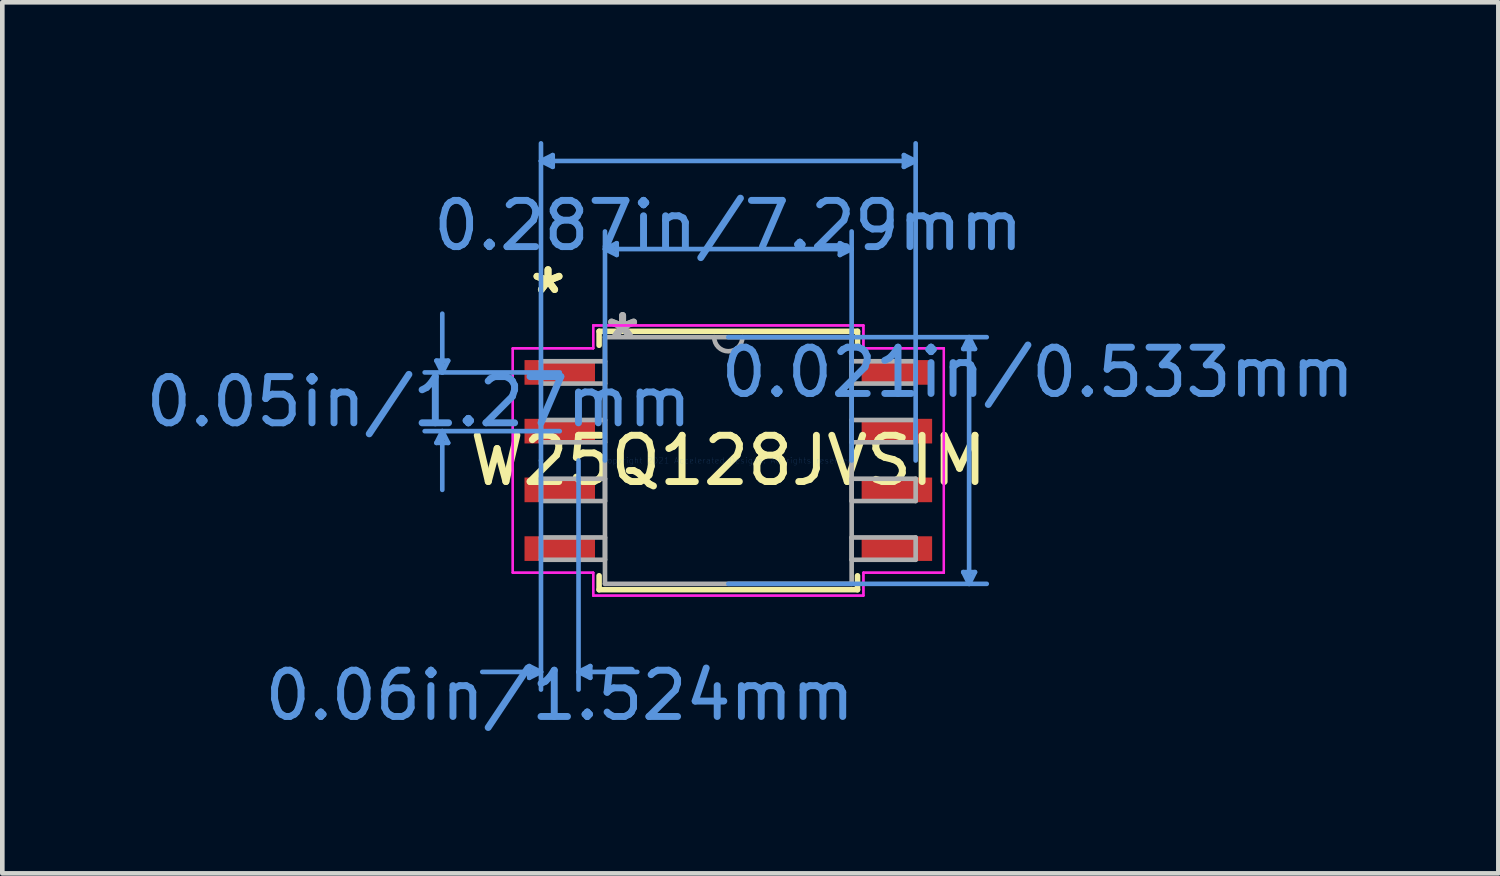
<source format=kicad_pcb>
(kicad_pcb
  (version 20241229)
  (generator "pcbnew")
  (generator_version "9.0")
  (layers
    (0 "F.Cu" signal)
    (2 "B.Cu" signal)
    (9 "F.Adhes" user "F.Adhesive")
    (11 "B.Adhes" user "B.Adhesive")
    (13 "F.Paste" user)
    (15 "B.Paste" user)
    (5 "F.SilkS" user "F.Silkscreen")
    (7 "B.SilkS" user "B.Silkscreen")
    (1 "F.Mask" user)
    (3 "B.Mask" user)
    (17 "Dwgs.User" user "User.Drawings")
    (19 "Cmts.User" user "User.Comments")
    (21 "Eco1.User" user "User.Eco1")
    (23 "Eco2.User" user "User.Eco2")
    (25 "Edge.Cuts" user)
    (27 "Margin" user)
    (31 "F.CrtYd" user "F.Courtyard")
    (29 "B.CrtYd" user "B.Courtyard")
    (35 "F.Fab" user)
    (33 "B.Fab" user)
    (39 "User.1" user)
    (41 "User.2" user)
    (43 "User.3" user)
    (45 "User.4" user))
  (footprint "W25Q128JVSIM"
    (layer "F.Cu")
    (at 12.699 6.908)
    (property "Reference" "W25Q128JVSIM" (at 0 0 0) (layer "F.SilkS") (effects (font (size 1 1) (thickness 0.15))))
    (attr through_hole)
    (fp_line (start -2.794 -2.794) (end -2.794 -2.492) (stroke (width 0.12) (type solid)) (layer "F.SilkS"))
    (fp_line (start -2.794 2.492) (end -2.794 2.794) (stroke (width 0.12) (type solid)) (layer "F.SilkS"))
    (fp_line (start -2.794 2.794) (end 2.794 2.794) (stroke (width 0.12) (type solid)) (layer "F.SilkS"))
    (fp_line (start 2.794 -2.794) (end -2.794 -2.794) (stroke (width 0.12) (type solid)) (layer "F.SilkS"))
    (fp_line (start 2.794 -2.492) (end 2.794 -2.794) (stroke (width 0.12) (type solid)) (layer "F.SilkS"))
    (fp_line (start 2.794 2.794) (end 2.794 2.492) (stroke (width 0.12) (type solid)) (layer "F.SilkS"))
    (fp_line (start -6.312 -2.159) (end -6.058 -2.159) (stroke (width 0.1) (type solid)) (layer "Cmts.User"))
    (fp_line (start -6.312 -0.381) (end -6.058 -0.381) (stroke (width 0.1) (type solid)) (layer "Cmts.User"))
    (fp_line (start -6.185 -1.905) (end -6.312 -2.159) (stroke (width 0.1) (type solid)) (layer "Cmts.User"))
    (fp_line (start -6.185 -1.905) (end -6.185 -3.175) (stroke (width 0.1) (type solid)) (layer "Cmts.User"))
    (fp_line (start -6.185 -1.905) (end -6.058 -2.159) (stroke (width 0.1) (type solid)) (layer "Cmts.User"))
    (fp_line (start -6.185 -0.635) (end -6.312 -0.381) (stroke (width 0.1) (type solid)) (layer "Cmts.User"))
    (fp_line (start -6.185 -0.635) (end -6.185 0.635) (stroke (width 0.1) (type solid)) (layer "Cmts.User"))
    (fp_line (start -6.185 -0.635) (end -6.058 -0.381) (stroke (width 0.1) (type solid)) (layer "Cmts.User"))
    (fp_line (start -4.305 4.445) (end -4.305 4.699) (stroke (width 0.1) (type solid)) (layer "Cmts.User"))
    (fp_line (start -4.051 -6.477) (end -3.797 -6.604) (stroke (width 0.1) (type solid)) (layer "Cmts.User"))
    (fp_line (start -4.051 -6.477) (end -3.797 -6.35) (stroke (width 0.1) (type solid)) (layer "Cmts.User"))
    (fp_line (start -4.051 -6.477) (end 4.051 -6.477) (stroke (width 0.1) (type solid)) (layer "Cmts.User"))
    (fp_line (start -4.051 0) (end -4.051 -6.858) (stroke (width 0.1) (type solid)) (layer "Cmts.User"))
    (fp_line (start -4.051 0) (end -4.051 4.953) (stroke (width 0.1) (type solid)) (layer "Cmts.User"))
    (fp_line (start -4.051 4.572) (end -5.321 4.572) (stroke (width 0.1) (type solid)) (layer "Cmts.User"))
    (fp_line (start -4.051 4.572) (end -4.305 4.445) (stroke (width 0.1) (type solid)) (layer "Cmts.User"))
    (fp_line (start -4.051 4.572) (end -4.305 4.699) (stroke (width 0.1) (type solid)) (layer "Cmts.User"))
    (fp_line (start -3.797 -6.604) (end -3.797 -6.35) (stroke (width 0.1) (type solid)) (layer "Cmts.User"))
    (fp_line (start -3.645 -1.905) (end -6.566 -1.905) (stroke (width 0.1) (type solid)) (layer "Cmts.User"))
    (fp_line (start -3.645 -0.635) (end -6.566 -0.635) (stroke (width 0.1) (type solid)) (layer "Cmts.User"))
    (fp_line (start -3.239 0) (end -3.239 4.953) (stroke (width 0.1) (type solid)) (layer "Cmts.User"))
    (fp_line (start -3.239 4.572) (end -2.985 4.445) (stroke (width 0.1) (type solid)) (layer "Cmts.User"))
    (fp_line (start -3.239 4.572) (end -2.985 4.699) (stroke (width 0.1) (type solid)) (layer "Cmts.User"))
    (fp_line (start -3.239 4.572) (end -1.968 4.572) (stroke (width 0.1) (type solid)) (layer "Cmts.User"))
    (fp_line (start -2.985 4.445) (end -2.985 4.699) (stroke (width 0.1) (type solid)) (layer "Cmts.User"))
    (fp_line (start -2.667 -4.572) (end -2.413 -4.699) (stroke (width 0.1) (type solid)) (layer "Cmts.User"))
    (fp_line (start -2.667 -4.572) (end -2.413 -4.445) (stroke (width 0.1) (type solid)) (layer "Cmts.User"))
    (fp_line (start -2.667 -4.572) (end 2.667 -4.572) (stroke (width 0.1) (type solid)) (layer "Cmts.User"))
    (fp_line (start -2.667 0) (end -2.667 -4.953) (stroke (width 0.1) (type solid)) (layer "Cmts.User"))
    (fp_line (start -2.413 -4.699) (end -2.413 -4.445) (stroke (width 0.1) (type solid)) (layer "Cmts.User"))
    (fp_line (start 0 -2.667) (end 5.588 -2.667) (stroke (width 0.1) (type solid)) (layer "Cmts.User"))
    (fp_line (start 0 2.667) (end 5.588 2.667) (stroke (width 0.1) (type solid)) (layer "Cmts.User"))
    (fp_line (start 2.413 -4.699) (end 2.413 -4.445) (stroke (width 0.1) (type solid)) (layer "Cmts.User"))
    (fp_line (start 2.667 -4.572) (end 2.413 -4.699) (stroke (width 0.1) (type solid)) (layer "Cmts.User"))
    (fp_line (start 2.667 -4.572) (end 2.413 -4.445) (stroke (width 0.1) (type solid)) (layer "Cmts.User"))
    (fp_line (start 2.667 0) (end 2.667 -4.953) (stroke (width 0.1) (type solid)) (layer "Cmts.User"))
    (fp_line (start 3.797 -6.604) (end 3.797 -6.35) (stroke (width 0.1) (type solid)) (layer "Cmts.User"))
    (fp_line (start 4.051 -6.477) (end 3.797 -6.604) (stroke (width 0.1) (type solid)) (layer "Cmts.User"))
    (fp_line (start 4.051 -6.477) (end 3.797 -6.35) (stroke (width 0.1) (type solid)) (layer "Cmts.User"))
    (fp_line (start 4.051 0) (end 4.051 -6.858) (stroke (width 0.1) (type solid)) (layer "Cmts.User"))
    (fp_line (start 5.08 -2.413) (end 5.334 -2.413) (stroke (width 0.1) (type solid)) (layer "Cmts.User"))
    (fp_line (start 5.08 2.413) (end 5.334 2.413) (stroke (width 0.1) (type solid)) (layer "Cmts.User"))
    (fp_line (start 5.207 -2.667) (end 5.08 -2.413) (stroke (width 0.1) (type solid)) (layer "Cmts.User"))
    (fp_line (start 5.207 -2.667) (end 5.207 2.667) (stroke (width 0.1) (type solid)) (layer "Cmts.User"))
    (fp_line (start 5.207 -2.667) (end 5.334 -2.413) (stroke (width 0.1) (type solid)) (layer "Cmts.User"))
    (fp_line (start 5.207 2.667) (end 5.08 2.413) (stroke (width 0.1) (type solid)) (layer "Cmts.User"))
    (fp_line (start 5.207 2.667) (end 5.334 2.413) (stroke (width 0.1) (type solid)) (layer "Cmts.User"))
    (fp_line (start -4.661 -2.426) (end -2.921 -2.426) (stroke (width 0.05) (type solid)) (layer "F.CrtYd"))
    (fp_line (start -4.661 -2.426) (end -2.921 -2.426) (stroke (width 0.05) (type solid)) (layer "F.CrtYd"))
    (fp_line (start -4.661 2.426) (end -4.661 -2.426) (stroke (width 0.05) (type solid)) (layer "F.CrtYd"))
    (fp_line (start -4.661 2.426) (end -4.661 -2.426) (stroke (width 0.05) (type solid)) (layer "F.CrtYd"))
    (fp_line (start -4.661 2.426) (end -2.921 2.426) (stroke (width 0.05) (type solid)) (layer "F.CrtYd"))
    (fp_line (start -2.921 -2.921) (end 2.921 -2.921) (stroke (width 0.05) (type solid)) (layer "F.CrtYd"))
    (fp_line (start -2.921 -2.921) (end 2.921 -2.921) (stroke (width 0.05) (type solid)) (layer "F.CrtYd"))
    (fp_line (start -2.921 -2.426) (end -2.921 -2.921) (stroke (width 0.05) (type solid)) (layer "F.CrtYd"))
    (fp_line (start -2.921 -2.426) (end -2.921 -2.921) (stroke (width 0.05) (type solid)) (layer "F.CrtYd"))
    (fp_line (start -2.921 2.426) (end -4.661 2.426) (stroke (width 0.05) (type solid)) (layer "F.CrtYd"))
    (fp_line (start -2.921 2.921) (end -2.921 2.426) (stroke (width 0.05) (type solid)) (layer "F.CrtYd"))
    (fp_line (start -2.921 2.921) (end -2.921 2.426) (stroke (width 0.05) (type solid)) (layer "F.CrtYd"))
    (fp_line (start 2.921 -2.921) (end 2.921 -2.426) (stroke (width 0.05) (type solid)) (layer "F.CrtYd"))
    (fp_line (start 2.921 -2.921) (end 2.921 -2.426) (stroke (width 0.05) (type solid)) (layer "F.CrtYd"))
    (fp_line (start 2.921 -2.426) (end 4.661 -2.426) (stroke (width 0.05) (type solid)) (layer "F.CrtYd"))
    (fp_line (start 2.921 2.426) (end 2.921 2.921) (stroke (width 0.05) (type solid)) (layer "F.CrtYd"))
    (fp_line (start 2.921 2.426) (end 2.921 2.921) (stroke (width 0.05) (type solid)) (layer "F.CrtYd"))
    (fp_line (start 2.921 2.921) (end -2.921 2.921) (stroke (width 0.05) (type solid)) (layer "F.CrtYd"))
    (fp_line (start 2.921 2.921) (end -2.921 2.921) (stroke (width 0.05) (type solid)) (layer "F.CrtYd"))
    (fp_line (start 4.661 -2.426) (end 2.921 -2.426) (stroke (width 0.05) (type solid)) (layer "F.CrtYd"))
    (fp_line (start 4.661 -2.426) (end 4.661 2.426) (stroke (width 0.05) (type solid)) (layer "F.CrtYd"))
    (fp_line (start 4.661 -2.426) (end 4.661 2.426) (stroke (width 0.05) (type solid)) (layer "F.CrtYd"))
    (fp_line (start 4.661 2.426) (end 2.921 2.426) (stroke (width 0.05) (type solid)) (layer "F.CrtYd"))
    (fp_line (start 4.661 2.426) (end 2.921 2.426) (stroke (width 0.05) (type solid)) (layer "F.CrtYd"))
    (fp_line (start -4.051 -2.146) (end -4.051 -1.664) (stroke (width 0.1) (type solid)) (layer "F.Fab"))
    (fp_line (start -4.051 -1.664) (end -2.667 -1.664) (stroke (width 0.1) (type solid)) (layer "F.Fab"))
    (fp_line (start -4.051 -0.876) (end -4.051 -0.394) (stroke (width 0.1) (type solid)) (layer "F.Fab"))
    (fp_line (start -4.051 -0.394) (end -2.667 -0.394) (stroke (width 0.1) (type solid)) (layer "F.Fab"))
    (fp_line (start -4.051 0.394) (end -4.051 0.876) (stroke (width 0.1) (type solid)) (layer "F.Fab"))
    (fp_line (start -4.051 0.876) (end -2.667 0.876) (stroke (width 0.1) (type solid)) (layer "F.Fab"))
    (fp_line (start -4.051 1.664) (end -4.051 2.146) (stroke (width 0.1) (type solid)) (layer "F.Fab"))
    (fp_line (start -4.051 2.146) (end -2.667 2.146) (stroke (width 0.1) (type solid)) (layer "F.Fab"))
    (fp_line (start -2.667 -2.667) (end -2.667 2.667) (stroke (width 0.1) (type solid)) (layer "F.Fab"))
    (fp_line (start -2.667 -2.146) (end -4.051 -2.146) (stroke (width 0.1) (type solid)) (layer "F.Fab"))
    (fp_line (start -2.667 -1.664) (end -2.667 -2.146) (stroke (width 0.1) (type solid)) (layer "F.Fab"))
    (fp_line (start -2.667 -0.876) (end -4.051 -0.876) (stroke (width 0.1) (type solid)) (layer "F.Fab"))
    (fp_line (start -2.667 -0.394) (end -2.667 -0.876) (stroke (width 0.1) (type solid)) (layer "F.Fab"))
    (fp_line (start -2.667 0.394) (end -4.051 0.394) (stroke (width 0.1) (type solid)) (layer "F.Fab"))
    (fp_line (start -2.667 0.876) (end -2.667 0.394) (stroke (width 0.1) (type solid)) (layer "F.Fab"))
    (fp_line (start -2.667 1.664) (end -4.051 1.664) (stroke (width 0.1) (type solid)) (layer "F.Fab"))
    (fp_line (start -2.667 2.146) (end -2.667 1.664) (stroke (width 0.1) (type solid)) (layer "F.Fab"))
    (fp_line (start -2.667 2.667) (end 2.667 2.667) (stroke (width 0.1) (type solid)) (layer "F.Fab"))
    (fp_line (start 2.667 -2.667) (end -2.667 -2.667) (stroke (width 0.1) (type solid)) (layer "F.Fab"))
    (fp_line (start 2.667 -2.146) (end 2.667 -1.664) (stroke (width 0.1) (type solid)) (layer "F.Fab"))
    (fp_line (start 2.667 -1.664) (end 4.051 -1.664) (stroke (width 0.1) (type solid)) (layer "F.Fab"))
    (fp_line (start 2.667 -0.876) (end 2.667 -0.394) (stroke (width 0.1) (type solid)) (layer "F.Fab"))
    (fp_line (start 2.667 -0.394) (end 4.051 -0.394) (stroke (width 0.1) (type solid)) (layer "F.Fab"))
    (fp_line (start 2.667 0.394) (end 2.667 0.876) (stroke (width 0.1) (type solid)) (layer "F.Fab"))
    (fp_line (start 2.667 0.876) (end 4.051 0.876) (stroke (width 0.1) (type solid)) (layer "F.Fab"))
    (fp_line (start 2.667 1.664) (end 2.667 2.146) (stroke (width 0.1) (type solid)) (layer "F.Fab"))
    (fp_line (start 2.667 2.146) (end 4.051 2.146) (stroke (width 0.1) (type solid)) (layer "F.Fab"))
    (fp_line (start 2.667 2.667) (end 2.667 -2.667) (stroke (width 0.1) (type solid)) (layer "F.Fab"))
    (fp_line (start 4.051 -2.146) (end 2.667 -2.146) (stroke (width 0.1) (type solid)) (layer "F.Fab"))
    (fp_line (start 4.051 -1.664) (end 4.051 -2.146) (stroke (width 0.1) (type solid)) (layer "F.Fab"))
    (fp_line (start 4.051 -0.876) (end 2.667 -0.876) (stroke (width 0.1) (type solid)) (layer "F.Fab"))
    (fp_line (start 4.051 -0.394) (end 4.051 -0.876) (stroke (width 0.1) (type solid)) (layer "F.Fab"))
    (fp_line (start 4.051 0.394) (end 2.667 0.394) (stroke (width 0.1) (type solid)) (layer "F.Fab"))
    (fp_line (start 4.051 0.876) (end 4.051 0.394) (stroke (width 0.1) (type solid)) (layer "F.Fab"))
    (fp_line (start 4.051 1.664) (end 2.667 1.664) (stroke (width 0.1) (type solid)) (layer "F.Fab"))
    (fp_line (start 4.051 2.146) (end 4.051 1.664) (stroke (width 0.1) (type solid)) (layer "F.Fab"))
    (fp_arc (start 0.3048 -2.667) (mid 0 -2.3622) (end -0.3048 -2.667) (stroke (width 0.1) (type solid)) (layer "F.Fab"))
    (fp_text user "*" (at -3.899 -3.581 0) (layer "F.SilkS") (effects (font (size 1 1) (thickness 0.15))))
    (fp_text user "*" (at -3.899 -3.581 0) (layer "F.SilkS") (effects (font (size 1 1) (thickness 0.15))))
    (fp_text user "0.021in/0.533mm" (at 6.693 -1.905 0) (layer "Cmts.User") (effects (font (size 1 1) (thickness 0.15))))
    (fp_text user "Copyright 2021 Accelerated Designs. All rights reserved." (at 0 0 0) (layer "Cmts.User") (effects (font (size 0.127 0.127) (thickness 0.002))))
    (fp_text user "0.06in/1.524mm" (at -3.645 5.08 0) (layer "Cmts.User") (effects (font (size 1 1) (thickness 0.15))))
    (fp_text user "0.287in/7.29mm" (at 0 -5.08 0) (layer "Cmts.User") (effects (font (size 1 1) (thickness 0.15))))
    (fp_text user "0.05in/1.27mm" (at -6.693 -1.27 0) (layer "Cmts.User") (effects (font (size 1 1) (thickness 0.15))))
    (fp_text user "*" (at -2.286 -2.591 0) (layer "F.Fab") (effects (font (size 1 1) (thickness 0.15))))
    (fp_text user "*" (at -2.286 -2.591 0) (layer "F.Fab") (effects (font (size 1 1) (thickness 0.15))))
    (pad "1" smd rect (at -3.645 -1.905) (size 1.524 0.533) (layers "F.Cu" "F.Mask" "F.Paste"))
    (pad "2" smd rect (at -3.645 -0.635) (size 1.524 0.533) (layers "F.Cu" "F.Mask" "F.Paste"))
    (pad "3" smd rect (at -3.645 0.635) (size 1.524 0.533) (layers "F.Cu" "F.Mask" "F.Paste"))
    (pad "4" smd rect (at -3.645 1.905) (size 1.524 0.533) (layers "F.Cu" "F.Mask" "F.Paste"))
    (pad "5" smd rect (at 3.645 1.905) (size 1.524 0.533) (layers "F.Cu" "F.Mask" "F.Paste"))
    (pad "6" smd rect (at 3.645 0.635) (size 1.524 0.533) (layers "F.Cu" "F.Mask" "F.Paste"))
    (pad "7" smd rect (at 3.645 -0.635) (size 1.524 0.533) (layers "F.Cu" "F.Mask" "F.Paste"))
    (pad "8" smd rect (at 3.645 -1.905) (size 1.524 0.533) (layers "F.Cu" "F.Mask" "F.Paste")))
  (gr_rect
    (start -3 -3)
    (end 29.35 15.836)
    (stroke (width 0.1) (type default))
    (fill no)
    (layer "Edge.Cuts")))
</source>
